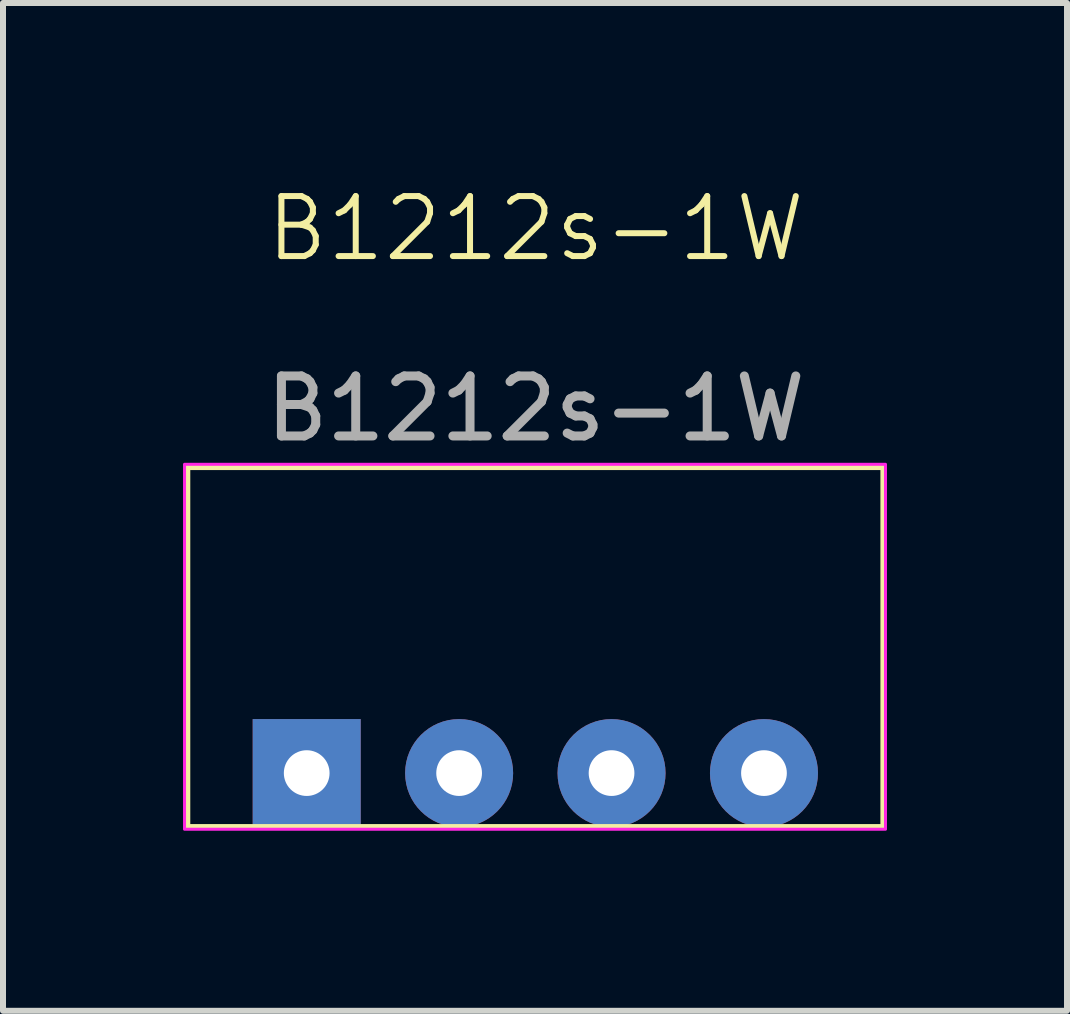
<source format=kicad_pcb>
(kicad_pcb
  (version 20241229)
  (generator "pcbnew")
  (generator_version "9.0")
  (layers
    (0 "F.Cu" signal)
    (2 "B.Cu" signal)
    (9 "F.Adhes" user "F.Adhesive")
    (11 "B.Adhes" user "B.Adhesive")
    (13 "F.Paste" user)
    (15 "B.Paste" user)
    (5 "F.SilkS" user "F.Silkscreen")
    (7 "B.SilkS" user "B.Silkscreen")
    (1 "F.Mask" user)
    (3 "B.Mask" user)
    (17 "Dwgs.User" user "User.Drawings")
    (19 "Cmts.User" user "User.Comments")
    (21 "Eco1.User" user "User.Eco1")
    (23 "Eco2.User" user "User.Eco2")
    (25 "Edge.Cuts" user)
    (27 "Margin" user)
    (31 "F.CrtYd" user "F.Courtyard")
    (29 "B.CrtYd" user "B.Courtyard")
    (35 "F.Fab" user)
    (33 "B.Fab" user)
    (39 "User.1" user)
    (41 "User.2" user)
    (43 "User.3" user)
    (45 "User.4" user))
  (footprint "B1212s-1W"
    (layer "F.Cu")
    (at 5.871 7.733)
    (property "Reference" "B1212s-1W" (at 0.007 -6.973 0) (unlocked yes) (layer "F.SilkS") (effects (font (size 1 1) (thickness 0.1))))
    (attr through_hole)
    (fp_rect (start -5.8 -3) (end 5.8 3) (stroke (width 0.1) (type default)) (fill no) (layer "F.SilkS"))
    (fp_rect (start -5.846 -3.046) (end 5.835 3.036) (stroke (width 0.05) (type default)) (fill no) (layer "F.CrtYd"))
    (fp_text user "${REFERENCE}" (at 0.007 -3.973 0) (unlocked yes) (layer "F.Fab") (effects (font (size 1 1) (thickness 0.15))))
    (pad "1" thru_hole rect (at -3.81 2.1) (size 1.8 1.8) (drill 0.762) (layers "*.Cu" "*.Mask"))
    (pad "2" thru_hole circle (at -1.27 2.1) (size 1.8 1.8) (drill 0.762) (layers "*.Cu" "*.Mask"))
    (pad "3" thru_hole circle (at 1.27 2.1) (size 1.8 1.8) (drill 0.762) (layers "*.Cu" "*.Mask"))
    (pad "4" thru_hole circle (at 3.81 2.1) (size 1.8 1.8) (drill 0.762) (layers "*.Cu" "*.Mask")))
  (gr_rect
    (start -3 -3)
    (end 14.731 13.794)
    (stroke (width 0.1) (type default))
    (fill no)
    (layer "Edge.Cuts")))
</source>
